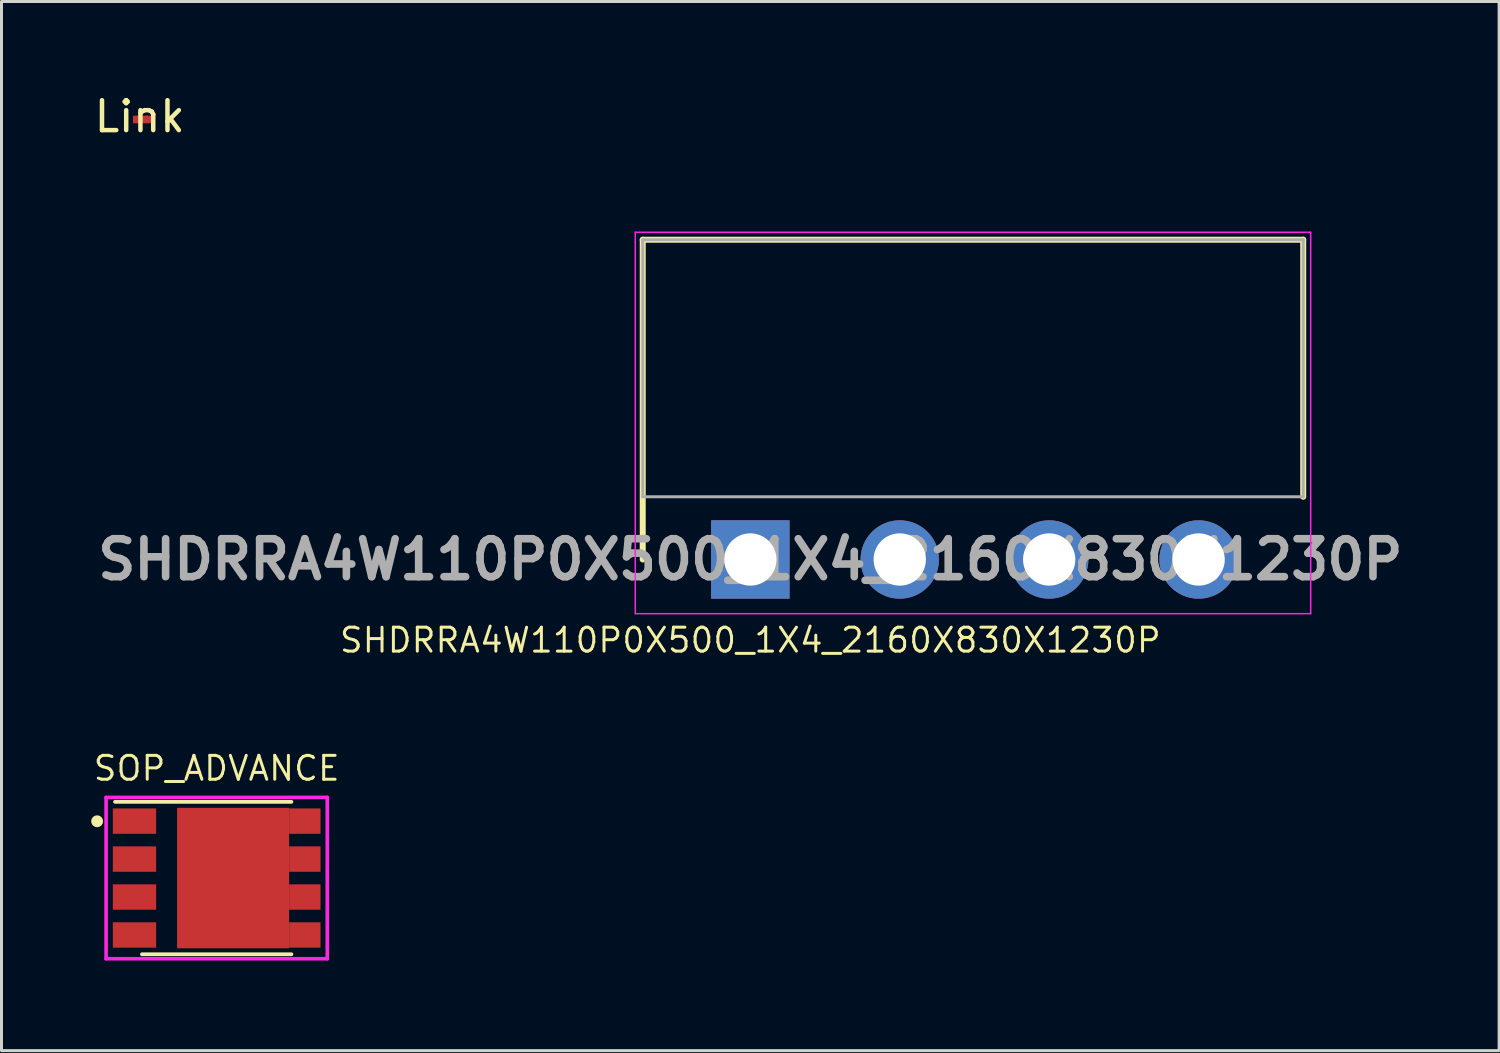
<source format=kicad_pcb>
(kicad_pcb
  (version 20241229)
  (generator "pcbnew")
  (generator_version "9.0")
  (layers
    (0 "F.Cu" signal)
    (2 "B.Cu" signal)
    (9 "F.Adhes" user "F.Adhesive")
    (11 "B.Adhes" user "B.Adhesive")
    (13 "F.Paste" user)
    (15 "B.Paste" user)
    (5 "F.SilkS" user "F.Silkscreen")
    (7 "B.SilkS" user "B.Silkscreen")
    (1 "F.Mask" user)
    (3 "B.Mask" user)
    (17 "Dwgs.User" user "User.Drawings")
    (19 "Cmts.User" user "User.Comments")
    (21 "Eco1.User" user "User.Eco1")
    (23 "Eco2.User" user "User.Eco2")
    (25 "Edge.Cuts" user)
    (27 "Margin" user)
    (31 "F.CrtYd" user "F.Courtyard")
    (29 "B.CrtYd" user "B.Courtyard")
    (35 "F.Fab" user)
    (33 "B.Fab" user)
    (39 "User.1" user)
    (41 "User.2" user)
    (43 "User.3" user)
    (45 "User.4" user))
  (footprint "Link"
    (layer "F.Cu")
    (at 1.725 0.948)
    (property "Reference" "Link" (at -0.1 -0.1 0) (layer "F.SilkS") (effects (font (size 1 1) (thickness 0.15))))
    (attr smd)
    (fp_poly (pts (xy 0.2 0.1) (xy -0.2 0.1) (xy -0.2 -0.1) (xy 0.2 -0.1)) (stroke (width 0.05) (type solid)) (fill yes) (layer "F.Cu"))
    (pad "1" smd rect (at -0.2 0) (size 0.25 0.25) (layers "F.Cu"))
    (pad "2" smd rect (at 0.2 0) (size 0.25 0.25) (layers "F.Cu")))
  (footprint "SOP_ADVANCE"
    (layer "F.Cu")
    (at 4.2 26.33)
    (property "Reference" "SOP_ADVANCE" (at 0 -3.671 0) (layer "F.SilkS") (effects (font (size 0.8 0.8) (thickness 0.1))))
    (attr smd)
    (fp_line (start -3.4 -2.55) (end 2.5 -2.55) (stroke (width 0.127) (type solid)) (layer "F.SilkS"))
    (fp_line (start -2.5 2.55) (end 2.5 2.55) (stroke (width 0.127) (type solid)) (layer "F.SilkS"))
    (fp_circle (center -4 -1.9) (end -3.9 -1.9) (stroke (width 0.2) (type solid)) (fill no) (layer "F.SilkS"))
    (fp_poly (pts (xy 0.4 -0.3) (xy -1 -0.3) (xy -1 -1.8) (xy 0.4 -1.8)) (stroke (width 0.1) (type solid)) (fill yes) (layer "F.Paste"))
    (fp_poly (pts (xy 0.4 1.8) (xy -1 1.8) (xy -1 0.3) (xy 0.4 0.3)) (stroke (width 0.1) (type solid)) (fill yes) (layer "F.Paste"))
    (fp_poly (pts (xy 2.1 -0.3) (xy 0.8 -0.3) (xy 0.8 -1.8) (xy 2.1 -1.8)) (stroke (width 0.1) (type solid)) (fill yes) (layer "F.Paste"))
    (fp_poly (pts (xy 2.1 1.8) (xy 0.8 1.8) (xy 0.8 0.3) (xy 2.1 0.3)) (stroke (width 0.1) (type solid)) (fill yes) (layer "F.Paste"))
    (fp_line (start -3.725 -2.75) (end 3.725 -2.75) (stroke (width 0.05) (type solid)) (layer "Eco1.User"))
    (fp_line (start -3.725 2.75) (end -3.725 -2.75) (stroke (width 0.05) (type solid)) (layer "Eco1.User"))
    (fp_line (start 3.725 -2.75) (end 3.725 2.75) (stroke (width 0.05) (type solid)) (layer "Eco1.User"))
    (fp_line (start 3.725 2.75) (end -3.725 2.75) (stroke (width 0.05) (type solid)) (layer "Eco1.User"))
    (fp_line (start -2.5 -2.5) (end 2.5 -2.5) (stroke (width 0.127) (type solid)) (layer "Eco2.User"))
    (fp_line (start -2.5 2.5) (end -2.5 -2.5) (stroke (width 0.127) (type solid)) (layer "Eco2.User"))
    (fp_line (start 2.5 -2.5) (end 2.5 2.5) (stroke (width 0.127) (type solid)) (layer "Eco2.User"))
    (fp_line (start 2.5 2.5) (end -2.5 2.5) (stroke (width 0.127) (type solid)) (layer "Eco2.User"))
    (fp_circle (center -4 -1.9) (end -3.9 -1.9) (stroke (width 0.2) (type solid)) (fill no) (layer "Eco2.User"))
    (fp_line (start -3.7 -2.7) (end 3.7 -2.7) (stroke (width 0.12) (type solid)) (layer "F.CrtYd"))
    (fp_line (start -3.7 2.7) (end -3.7 -2.7) (stroke (width 0.12) (type solid)) (layer "F.CrtYd"))
    (fp_line (start 3.7 -2.7) (end 3.7 2.7) (stroke (width 0.12) (type solid)) (layer "F.CrtYd"))
    (fp_line (start 3.7 2.7) (end -3.7 2.7) (stroke (width 0.12) (type solid)) (layer "F.CrtYd"))
    (pad "1" smd rect (at -2.75 -1.905) (size 1.45 0.85) (layers "F.Cu" "F.Mask" "F.Paste"))
    (pad "2" smd rect (at -2.75 -0.635) (size 1.45 0.85) (layers "F.Cu" "F.Mask" "F.Paste"))
    (pad "3" smd rect (at -2.75 0.635) (size 1.45 0.85) (layers "F.Cu" "F.Mask" "F.Paste"))
    (pad "4" smd rect (at -2.75 1.905) (size 1.45 0.85) (layers "F.Cu" "F.Mask" "F.Paste"))
    (pad "5" smd rect (at 2.95 1.905) (size 1.05 0.85) (layers "F.Cu" "F.Mask" "F.Paste"))
    (pad "6" smd rect (at 2.95 0.635) (size 1.05 0.85) (layers "F.Cu" "F.Mask" "F.Paste"))
    (pad "7" smd rect (at 2.95 -0.635) (size 1.05 0.85) (layers "F.Cu" "F.Mask" "F.Paste"))
    (pad "8" smd rect (at 0.55 0) (size 3.75 4.7) (layers "F.Cu" "F.Mask"))
    (pad "8" smd rect (at 2.95 -1.905) (size 1.05 0.85) (layers "F.Cu" "F.Mask" "F.Paste")))
  (footprint "SHDRRA4W110P0X500_1X4_2160X830X1230P"
    (layer "F.Cu")
    (at 22.056 15.671)
    (property "Reference" "SHDRRA4W110P0X500_1X4_2160X830X1230P" (at 0 2.7 0) (layer "F.SilkS") (effects (font (size 0.8 0.8) (thickness 0.1))))
    (attr through_hole)
    (fp_line (start -3.6 -10.7) (end 18.5 -10.7) (stroke (width 0.2) (type solid)) (layer "F.SilkS"))
    (fp_line (start -3.6 0) (end -3.6 -10.7) (stroke (width 0.2) (type solid)) (layer "F.SilkS"))
    (fp_line (start 18.5 -10.7) (end 18.5 -2.1) (stroke (width 0.2) (type solid)) (layer "F.SilkS"))
    (fp_line (start -3.85 -10.95) (end -3.85 1.812) (stroke (width 0.05) (type solid)) (layer "F.CrtYd"))
    (fp_line (start -3.85 1.812) (end 18.75 1.812) (stroke (width 0.05) (type solid)) (layer "F.CrtYd"))
    (fp_line (start 18.75 -10.95) (end -3.85 -10.95) (stroke (width 0.05) (type solid)) (layer "F.CrtYd"))
    (fp_line (start 18.75 1.812) (end 18.75 -10.95) (stroke (width 0.05) (type solid)) (layer "F.CrtYd"))
    (fp_line (start -3.6 -10.7) (end 18.5 -10.7) (stroke (width 0.1) (type solid)) (layer "F.Fab"))
    (fp_line (start -3.6 -2.1) (end -3.6 -10.7) (stroke (width 0.1) (type solid)) (layer "F.Fab"))
    (fp_line (start 18.5 -10.7) (end 18.5 -2.1) (stroke (width 0.1) (type solid)) (layer "F.Fab"))
    (fp_line (start 18.5 -2.1) (end -3.6 -2.1) (stroke (width 0.1) (type solid)) (layer "F.Fab"))
    (fp_text user "${REFERENCE}" (at 0 0 0) (layer "F.Fab") (effects (font (size 1.27 1.27) (thickness 0.254))))
    (pad "1" thru_hole rect (at 0 0) (size 2.625 2.625) (drill 1.75) (layers "*.Cu" "*.Mask"))
    (pad "2" thru_hole circle (at 5 0) (size 2.625 2.625) (drill 1.75) (layers "*.Cu" "*.Mask"))
    (pad "3" thru_hole circle (at 10 0) (size 2.625 2.625) (drill 1.75) (layers "*.Cu" "*.Mask"))
    (pad "4" thru_hole circle (at 15 0) (size 2.625 2.625) (drill 1.75) (layers "*.Cu" "*.Mask")))
  (gr_rect
    (start -3 -3)
    (end 47.111 32.105)
    (stroke (width 0.1) (type default))
    (fill no)
    (layer "Edge.Cuts")))
</source>
